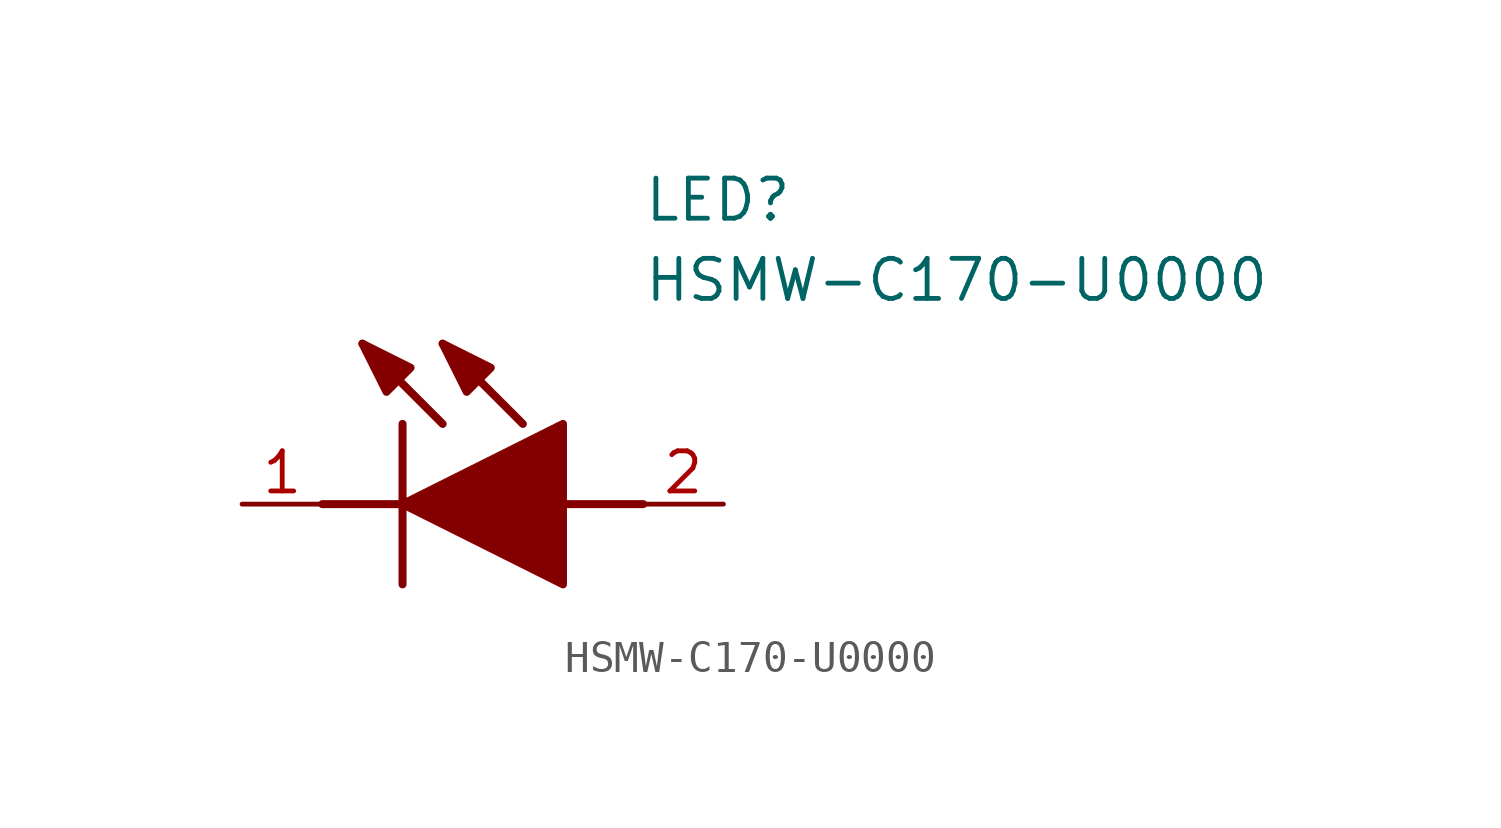
<source format=kicad_sym>
(kicad_symbol_lib
  (version 20211014)
  (generator SamacSys_ECAD_Model)
  (symbol "HSMW-C170-U0000"
    (pin_names hide)
    (property "Reference" "LED"
      (at 12.7 8.89 0)
      (effects (font (size 1.27 1.27)) (justify left bottom)))
    (property "Value" "HSMW-C170-U0000"
      (at 12.7 6.35 0)
      (effects (font (size 1.27 1.27)) (justify left bottom)))
    (polyline
      (pts (xy 5.08 2.54) (xy 5.08 -2.54))
      (stroke (width 0.254) (type default))
      (fill (type none)))
    (polyline
      (pts (xy 6.35 2.54) (xy 3.81 5.08))
      (stroke (width 0.254) (type default))
      (fill (type none)))
    (polyline
      (pts (xy 8.89 2.54) (xy 6.35 5.08))
      (stroke (width 0.254) (type default))
      (fill (type none)))
    (polyline
      (pts (xy 2.54 0) (xy 5.08 0))
      (stroke (width 0.254) (type default))
      (fill (type none)))
    (polyline
      (pts (xy 10.16 0) (xy 12.7 0))
      (stroke (width 0.254) (type default))
      (fill (type none)))
    (polyline
      (pts (xy 5.08 0) (xy 10.16 2.54) (xy 10.16 -2.54) (xy 5.08 0))
      (stroke (width 0.254) (type default))
      (fill (type outline)))
    (polyline
      (pts (xy 5.334 4.318) (xy 4.572 3.556) (xy 3.81 5.08) (xy 5.334 4.318))
      (stroke (width 0.254) (type default))
      (fill (type outline)))
    (polyline
      (pts (xy 7.874 4.318) (xy 7.112 3.556) (xy 6.35 5.08) (xy 7.874 4.318))
      (stroke (width 0.254) (type default))
      (fill (type outline)))
    (pin passive line
      (at 0 0 0)
      (length 2.54)
      (name "K" (effects (font (size 1.27 1.27))))
      (number "1" (effects (font (size 1.27 1.27)))))
    (pin passive line
      (at 15.24 0 180)
      (length 2.54)
      (name "A" (effects (font (size 1.27 1.27))))
      (number "2" (effects (font (size 1.27 1.27)))))))
</source>
